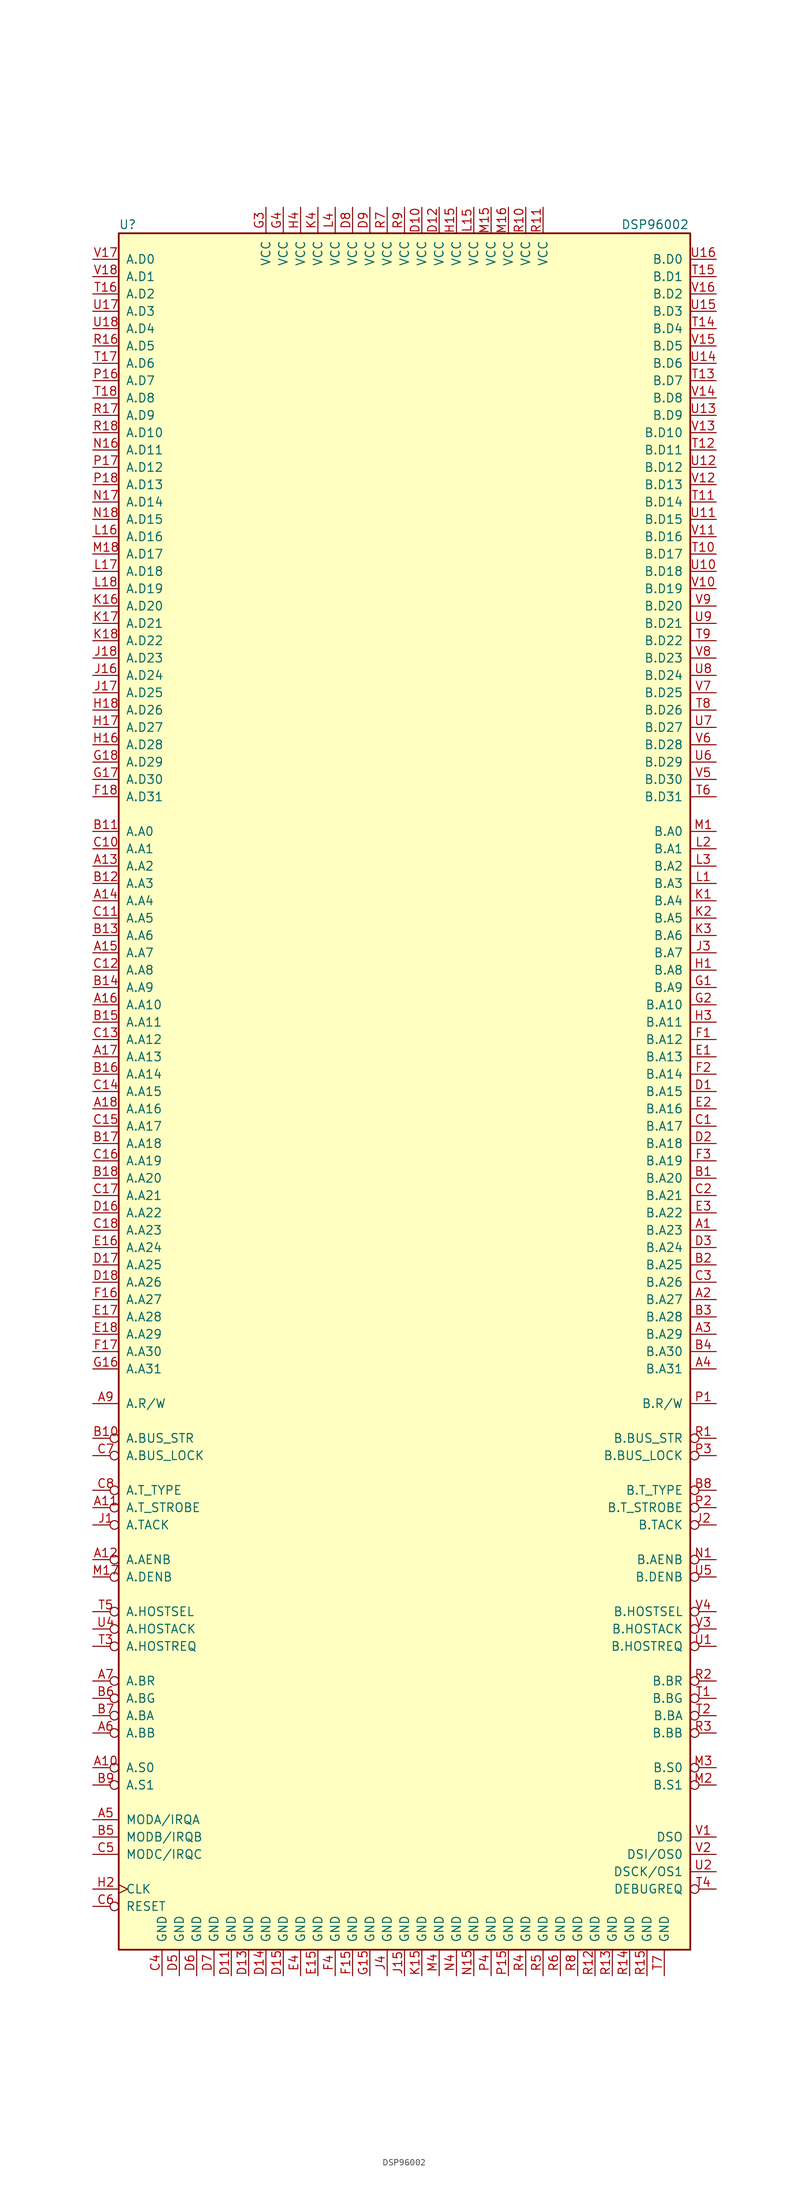
<source format=kicad_sym>
(kicad_symbol_lib
  (version 20220914)
  (generator kicad_symbol_editor)
  (symbol "DSP96002"
    (pin_names
      (offset 1.016))
    (property "Reference" "U"
      (at -41.91 127 0)
      (effects (font (size 1.27 1.27)) (justify left)))
    (property "Value" "DSP96002"
      (at 31.75 127 0)
      (effects (font (size 1.27 1.27)) (justify left)))
    (symbol "DSP96002_0_1"
      (rectangle (start -41.91 -125.73) (end 41.91 125.73) (stroke (width 0.254) (type default)) (fill (type background))))
    (symbol "DSP96002_1_1"
      (pin tri_state line (at 45.72 -20.32 180) (length 3.81) (name "B.A23" (effects (font (size 1.27 1.27)))) (number "A1" (effects (font (size 1.27 1.27)))))
      (pin tri_state inverted (at -45.72 -99.06 0) (length 3.81) (name "A.S0" (effects (font (size 1.27 1.27)))) (number "A10" (effects (font (size 1.27 1.27)))))
      (pin tri_state inverted (at -45.72 -60.96 0) (length 3.81) (name "A.T_STROBE" (effects (font (size 1.27 1.27)))) (number "A11" (effects (font (size 1.27 1.27)))))
      (pin input inverted (at -45.72 -68.58 0) (length 3.81) (name "A.AENB" (effects (font (size 1.27 1.27)))) (number "A12" (effects (font (size 1.27 1.27)))))
      (pin tri_state line (at -45.72 33.02 0) (length 3.81) (name "A.A2" (effects (font (size 1.27 1.27)))) (number "A13" (effects (font (size 1.27 1.27)))))
      (pin tri_state line (at -45.72 27.94 0) (length 3.81) (name "A.A4" (effects (font (size 1.27 1.27)))) (number "A14" (effects (font (size 1.27 1.27)))))
      (pin tri_state line (at -45.72 20.32 0) (length 3.81) (name "A.A7" (effects (font (size 1.27 1.27)))) (number "A15" (effects (font (size 1.27 1.27)))))
      (pin tri_state line (at -45.72 12.7 0) (length 3.81) (name "A.A10" (effects (font (size 1.27 1.27)))) (number "A16" (effects (font (size 1.27 1.27)))))
      (pin tri_state line (at -45.72 5.08 0) (length 3.81) (name "A.A13" (effects (font (size 1.27 1.27)))) (number "A17" (effects (font (size 1.27 1.27)))))
      (pin tri_state line (at -45.72 -2.54 0) (length 3.81) (name "A.A16" (effects (font (size 1.27 1.27)))) (number "A18" (effects (font (size 1.27 1.27)))))
      (pin tri_state line (at 45.72 -30.48 180) (length 3.81) (name "B.A27" (effects (font (size 1.27 1.27)))) (number "A2" (effects (font (size 1.27 1.27)))))
      (pin tri_state line (at 45.72 -35.56 180) (length 3.81) (name "B.A29" (effects (font (size 1.27 1.27)))) (number "A3" (effects (font (size 1.27 1.27)))))
      (pin tri_state line (at 45.72 -40.64 180) (length 3.81) (name "B.A31" (effects (font (size 1.27 1.27)))) (number "A4" (effects (font (size 1.27 1.27)))))
      (pin input line (at -45.72 -106.68 0) (length 3.81) (name "MODA/IRQA" (effects (font (size 1.27 1.27)))) (number "A5" (effects (font (size 1.27 1.27)))))
      (pin input inverted (at -45.72 -93.98 0) (length 3.81) (name "A.BB" (effects (font (size 1.27 1.27)))) (number "A6" (effects (font (size 1.27 1.27)))))
      (pin output inverted (at -45.72 -86.36 0) (length 3.81) (name "A.BR" (effects (font (size 1.27 1.27)))) (number "A7" (effects (font (size 1.27 1.27)))))
      (pin tri_state line (at -45.72 -45.72 0) (length 3.81) (name "A.R/W" (effects (font (size 1.27 1.27)))) (number "A9" (effects (font (size 1.27 1.27)))))
      (pin tri_state line (at 45.72 -12.7 180) (length 3.81) (name "B.A20" (effects (font (size 1.27 1.27)))) (number "B1" (effects (font (size 1.27 1.27)))))
      (pin output inverted (at -45.72 -50.8 0) (length 3.81) (name "A.BUS_STR" (effects (font (size 1.27 1.27)))) (number "B10" (effects (font (size 1.27 1.27)))))
      (pin tri_state line (at -45.72 38.1 0) (length 3.81) (name "A.A0" (effects (font (size 1.27 1.27)))) (number "B11" (effects (font (size 1.27 1.27)))))
      (pin tri_state line (at -45.72 30.48 0) (length 3.81) (name "A.A3" (effects (font (size 1.27 1.27)))) (number "B12" (effects (font (size 1.27 1.27)))))
      (pin tri_state line (at -45.72 22.86 0) (length 3.81) (name "A.A6" (effects (font (size 1.27 1.27)))) (number "B13" (effects (font (size 1.27 1.27)))))
      (pin tri_state line (at -45.72 15.24 0) (length 3.81) (name "A.A9" (effects (font (size 1.27 1.27)))) (number "B14" (effects (font (size 1.27 1.27)))))
      (pin tri_state line (at -45.72 10.16 0) (length 3.81) (name "A.A11" (effects (font (size 1.27 1.27)))) (number "B15" (effects (font (size 1.27 1.27)))))
      (pin tri_state line (at -45.72 2.54 0) (length 3.81) (name "A.A14" (effects (font (size 1.27 1.27)))) (number "B16" (effects (font (size 1.27 1.27)))))
      (pin tri_state line (at -45.72 -7.62 0) (length 3.81) (name "A.A18" (effects (font (size 1.27 1.27)))) (number "B17" (effects (font (size 1.27 1.27)))))
      (pin tri_state line (at -45.72 -12.7 0) (length 3.81) (name "A.A20" (effects (font (size 1.27 1.27)))) (number "B18" (effects (font (size 1.27 1.27)))))
      (pin tri_state line (at 45.72 -25.4 180) (length 3.81) (name "B.A25" (effects (font (size 1.27 1.27)))) (number "B2" (effects (font (size 1.27 1.27)))))
      (pin tri_state line (at 45.72 -33.02 180) (length 3.81) (name "B.A28" (effects (font (size 1.27 1.27)))) (number "B3" (effects (font (size 1.27 1.27)))))
      (pin tri_state line (at 45.72 -38.1 180) (length 3.81) (name "B.A30" (effects (font (size 1.27 1.27)))) (number "B4" (effects (font (size 1.27 1.27)))))
      (pin input line (at -45.72 -109.22 0) (length 3.81) (name "MODB/IRQB" (effects (font (size 1.27 1.27)))) (number "B5" (effects (font (size 1.27 1.27)))))
      (pin input inverted (at -45.72 -88.9 0) (length 3.81) (name "A.BG" (effects (font (size 1.27 1.27)))) (number "B6" (effects (font (size 1.27 1.27)))))
      (pin open_collector inverted (at -45.72 -91.44 0) (length 3.81) (name "A.BA" (effects (font (size 1.27 1.27)))) (number "B7" (effects (font (size 1.27 1.27)))))
      (pin output inverted (at 45.72 -58.42 180) (length 3.81) (name "B.T_TYPE" (effects (font (size 1.27 1.27)))) (number "B8" (effects (font (size 1.27 1.27)))))
      (pin tri_state inverted (at -45.72 -101.6 0) (length 3.81) (name "A.S1" (effects (font (size 1.27 1.27)))) (number "B9" (effects (font (size 1.27 1.27)))))
      (pin tri_state line (at 45.72 -5.08 180) (length 3.81) (name "B.A17" (effects (font (size 1.27 1.27)))) (number "C1" (effects (font (size 1.27 1.27)))))
      (pin tri_state line (at -45.72 35.56 0) (length 3.81) (name "A.A1" (effects (font (size 1.27 1.27)))) (number "C10" (effects (font (size 1.27 1.27)))))
      (pin tri_state line (at -45.72 25.4 0) (length 3.81) (name "A.A5" (effects (font (size 1.27 1.27)))) (number "C11" (effects (font (size 1.27 1.27)))))
      (pin tri_state line (at -45.72 17.78 0) (length 3.81) (name "A.A8" (effects (font (size 1.27 1.27)))) (number "C12" (effects (font (size 1.27 1.27)))))
      (pin tri_state line (at -45.72 7.62 0) (length 3.81) (name "A.A12" (effects (font (size 1.27 1.27)))) (number "C13" (effects (font (size 1.27 1.27)))))
      (pin tri_state line (at -45.72 0 0) (length 3.81) (name "A.A15" (effects (font (size 1.27 1.27)))) (number "C14" (effects (font (size 1.27 1.27)))))
      (pin tri_state line (at -45.72 -5.08 0) (length 3.81) (name "A.A17" (effects (font (size 1.27 1.27)))) (number "C15" (effects (font (size 1.27 1.27)))))
      (pin tri_state line (at -45.72 -10.16 0) (length 3.81) (name "A.A19" (effects (font (size 1.27 1.27)))) (number "C16" (effects (font (size 1.27 1.27)))))
      (pin tri_state line (at -45.72 -15.24 0) (length 3.81) (name "A.A21" (effects (font (size 1.27 1.27)))) (number "C17" (effects (font (size 1.27 1.27)))))
      (pin tri_state line (at -45.72 -20.32 0) (length 3.81) (name "A.A23" (effects (font (size 1.27 1.27)))) (number "C18" (effects (font (size 1.27 1.27)))))
      (pin tri_state line (at 45.72 -15.24 180) (length 3.81) (name "B.A21" (effects (font (size 1.27 1.27)))) (number "C2" (effects (font (size 1.27 1.27)))))
      (pin tri_state line (at 45.72 -27.94 180) (length 3.81) (name "B.A26" (effects (font (size 1.27 1.27)))) (number "C3" (effects (font (size 1.27 1.27)))))
      (pin power_in line (at -35.56 -129.54 90) (length 3.81) (name "GND" (effects (font (size 1.27 1.27)))) (number "C4" (effects (font (size 1.27 1.27)))))
      (pin input line (at -45.72 -111.76 0) (length 3.81) (name "MODC/IRQC" (effects (font (size 1.27 1.27)))) (number "C5" (effects (font (size 1.27 1.27)))))
      (pin input inverted (at -45.72 -119.38 0) (length 3.81) (name "RESET" (effects (font (size 1.27 1.27)))) (number "C6" (effects (font (size 1.27 1.27)))))
      (pin output inverted (at -45.72 -53.34 0) (length 3.81) (name "A.BUS_LOCK" (effects (font (size 1.27 1.27)))) (number "C7" (effects (font (size 1.27 1.27)))))
      (pin output inverted (at -45.72 -58.42 0) (length 3.81) (name "A.T_TYPE" (effects (font (size 1.27 1.27)))) (number "C8" (effects (font (size 1.27 1.27)))))
      (pin tri_state line (at 45.72 0 180) (length 3.81) (name "B.A15" (effects (font (size 1.27 1.27)))) (number "D1" (effects (font (size 1.27 1.27)))))
      (pin power_in line (at 2.54 129.54 270) (length 3.81) (name "VCC" (effects (font (size 1.27 1.27)))) (number "D10" (effects (font (size 1.27 1.27)))))
      (pin power_in line (at -25.4 -129.54 90) (length 3.81) (name "GND" (effects (font (size 1.27 1.27)))) (number "D11" (effects (font (size 1.27 1.27)))))
      (pin power_in line (at 5.08 129.54 270) (length 3.81) (name "VCC" (effects (font (size 1.27 1.27)))) (number "D12" (effects (font (size 1.27 1.27)))))
      (pin power_in line (at -22.86 -129.54 90) (length 3.81) (name "GND" (effects (font (size 1.27 1.27)))) (number "D13" (effects (font (size 1.27 1.27)))))
      (pin power_in line (at -20.32 -129.54 90) (length 3.81) (name "GND" (effects (font (size 1.27 1.27)))) (number "D14" (effects (font (size 1.27 1.27)))))
      (pin power_in line (at -17.78 -129.54 90) (length 3.81) (name "GND" (effects (font (size 1.27 1.27)))) (number "D15" (effects (font (size 1.27 1.27)))))
      (pin tri_state line (at -45.72 -17.78 0) (length 3.81) (name "A.A22" (effects (font (size 1.27 1.27)))) (number "D16" (effects (font (size 1.27 1.27)))))
      (pin tri_state line (at -45.72 -25.4 0) (length 3.81) (name "A.A25" (effects (font (size 1.27 1.27)))) (number "D17" (effects (font (size 1.27 1.27)))))
      (pin tri_state line (at -45.72 -27.94 0) (length 3.81) (name "A.A26" (effects (font (size 1.27 1.27)))) (number "D18" (effects (font (size 1.27 1.27)))))
      (pin tri_state line (at 45.72 -7.62 180) (length 3.81) (name "B.A18" (effects (font (size 1.27 1.27)))) (number "D2" (effects (font (size 1.27 1.27)))))
      (pin tri_state line (at 45.72 -22.86 180) (length 3.81) (name "B.A24" (effects (font (size 1.27 1.27)))) (number "D3" (effects (font (size 1.27 1.27)))))
      (pin power_in line (at -33.02 -129.54 90) (length 3.81) (name "GND" (effects (font (size 1.27 1.27)))) (number "D5" (effects (font (size 1.27 1.27)))))
      (pin power_in line (at -30.48 -129.54 90) (length 3.81) (name "GND" (effects (font (size 1.27 1.27)))) (number "D6" (effects (font (size 1.27 1.27)))))
      (pin power_in line (at -27.94 -129.54 90) (length 3.81) (name "GND" (effects (font (size 1.27 1.27)))) (number "D7" (effects (font (size 1.27 1.27)))))
      (pin power_in line (at -7.62 129.54 270) (length 3.81) (name "VCC" (effects (font (size 1.27 1.27)))) (number "D8" (effects (font (size 1.27 1.27)))))
      (pin power_in line (at -5.08 129.54 270) (length 3.81) (name "VCC" (effects (font (size 1.27 1.27)))) (number "D9" (effects (font (size 1.27 1.27)))))
      (pin tri_state line (at 45.72 5.08 180) (length 3.81) (name "B.A13" (effects (font (size 1.27 1.27)))) (number "E1" (effects (font (size 1.27 1.27)))))
      (pin power_in line (at -12.7 -129.54 90) (length 3.81) (name "GND" (effects (font (size 1.27 1.27)))) (number "E15" (effects (font (size 1.27 1.27)))))
      (pin tri_state line (at -45.72 -22.86 0) (length 3.81) (name "A.A24" (effects (font (size 1.27 1.27)))) (number "E16" (effects (font (size 1.27 1.27)))))
      (pin tri_state line (at -45.72 -33.02 0) (length 3.81) (name "A.A28" (effects (font (size 1.27 1.27)))) (number "E17" (effects (font (size 1.27 1.27)))))
      (pin tri_state line (at -45.72 -35.56 0) (length 3.81) (name "A.A29" (effects (font (size 1.27 1.27)))) (number "E18" (effects (font (size 1.27 1.27)))))
      (pin tri_state line (at 45.72 -2.54 180) (length 3.81) (name "B.A16" (effects (font (size 1.27 1.27)))) (number "E2" (effects (font (size 1.27 1.27)))))
      (pin tri_state line (at 45.72 -17.78 180) (length 3.81) (name "B.A22" (effects (font (size 1.27 1.27)))) (number "E3" (effects (font (size 1.27 1.27)))))
      (pin power_in line (at -15.24 -129.54 90) (length 3.81) (name "GND" (effects (font (size 1.27 1.27)))) (number "E4" (effects (font (size 1.27 1.27)))))
      (pin tri_state line (at 45.72 7.62 180) (length 3.81) (name "B.A12" (effects (font (size 1.27 1.27)))) (number "F1" (effects (font (size 1.27 1.27)))))
      (pin power_in line (at -7.62 -129.54 90) (length 3.81) (name "GND" (effects (font (size 1.27 1.27)))) (number "F15" (effects (font (size 1.27 1.27)))))
      (pin tri_state line (at -45.72 -30.48 0) (length 3.81) (name "A.A27" (effects (font (size 1.27 1.27)))) (number "F16" (effects (font (size 1.27 1.27)))))
      (pin tri_state line (at -45.72 -38.1 0) (length 3.81) (name "A.A30" (effects (font (size 1.27 1.27)))) (number "F17" (effects (font (size 1.27 1.27)))))
      (pin tri_state line (at -45.72 43.18 0) (length 3.81) (name "A.D31" (effects (font (size 1.27 1.27)))) (number "F18" (effects (font (size 1.27 1.27)))))
      (pin tri_state line (at 45.72 2.54 180) (length 3.81) (name "B.A14" (effects (font (size 1.27 1.27)))) (number "F2" (effects (font (size 1.27 1.27)))))
      (pin tri_state line (at 45.72 -10.16 180) (length 3.81) (name "B.A19" (effects (font (size 1.27 1.27)))) (number "F3" (effects (font (size 1.27 1.27)))))
      (pin power_in line (at -10.16 -129.54 90) (length 3.81) (name "GND" (effects (font (size 1.27 1.27)))) (number "F4" (effects (font (size 1.27 1.27)))))
      (pin tri_state line (at 45.72 15.24 180) (length 3.81) (name "B.A9" (effects (font (size 1.27 1.27)))) (number "G1" (effects (font (size 1.27 1.27)))))
      (pin power_in line (at -5.08 -129.54 90) (length 3.81) (name "GND" (effects (font (size 1.27 1.27)))) (number "G15" (effects (font (size 1.27 1.27)))))
      (pin tri_state line (at -45.72 -40.64 0) (length 3.81) (name "A.A31" (effects (font (size 1.27 1.27)))) (number "G16" (effects (font (size 1.27 1.27)))))
      (pin tri_state line (at -45.72 45.72 0) (length 3.81) (name "A.D30" (effects (font (size 1.27 1.27)))) (number "G17" (effects (font (size 1.27 1.27)))))
      (pin tri_state line (at -45.72 48.26 0) (length 3.81) (name "A.D29" (effects (font (size 1.27 1.27)))) (number "G18" (effects (font (size 1.27 1.27)))))
      (pin tri_state line (at 45.72 12.7 180) (length 3.81) (name "B.A10" (effects (font (size 1.27 1.27)))) (number "G2" (effects (font (size 1.27 1.27)))))
      (pin power_in line (at -20.32 129.54 270) (length 3.81) (name "VCC" (effects (font (size 1.27 1.27)))) (number "G3" (effects (font (size 1.27 1.27)))))
      (pin power_in line (at -17.78 129.54 270) (length 3.81) (name "VCC" (effects (font (size 1.27 1.27)))) (number "G4" (effects (font (size 1.27 1.27)))))
      (pin tri_state line (at 45.72 17.78 180) (length 3.81) (name "B.A8" (effects (font (size 1.27 1.27)))) (number "H1" (effects (font (size 1.27 1.27)))))
      (pin power_in line (at 7.62 129.54 270) (length 3.81) (name "VCC" (effects (font (size 1.27 1.27)))) (number "H15" (effects (font (size 1.27 1.27)))))
      (pin tri_state line (at -45.72 50.8 0) (length 3.81) (name "A.D28" (effects (font (size 1.27 1.27)))) (number "H16" (effects (font (size 1.27 1.27)))))
      (pin tri_state line (at -45.72 53.34 0) (length 3.81) (name "A.D27" (effects (font (size 1.27 1.27)))) (number "H17" (effects (font (size 1.27 1.27)))))
      (pin tri_state line (at -45.72 55.88 0) (length 3.81) (name "A.D26" (effects (font (size 1.27 1.27)))) (number "H18" (effects (font (size 1.27 1.27)))))
      (pin input clock (at -45.72 -116.84 0) (length 3.81) (name "CLK" (effects (font (size 1.27 1.27)))) (number "H2" (effects (font (size 1.27 1.27)))))
      (pin tri_state line (at 45.72 10.16 180) (length 3.81) (name "B.A11" (effects (font (size 1.27 1.27)))) (number "H3" (effects (font (size 1.27 1.27)))))
      (pin power_in line (at -15.24 129.54 270) (length 3.81) (name "VCC" (effects (font (size 1.27 1.27)))) (number "H4" (effects (font (size 1.27 1.27)))))
      (pin input inverted (at -45.72 -63.5 0) (length 3.81) (name "A.TACK" (effects (font (size 1.27 1.27)))) (number "J1" (effects (font (size 1.27 1.27)))))
      (pin power_in line (at 0 -129.54 90) (length 3.81) (name "GND" (effects (font (size 1.27 1.27)))) (number "J15" (effects (font (size 1.27 1.27)))))
      (pin tri_state line (at -45.72 60.96 0) (length 3.81) (name "A.D24" (effects (font (size 1.27 1.27)))) (number "J16" (effects (font (size 1.27 1.27)))))
      (pin tri_state line (at -45.72 58.42 0) (length 3.81) (name "A.D25" (effects (font (size 1.27 1.27)))) (number "J17" (effects (font (size 1.27 1.27)))))
      (pin tri_state line (at -45.72 63.5 0) (length 3.81) (name "A.D23" (effects (font (size 1.27 1.27)))) (number "J18" (effects (font (size 1.27 1.27)))))
      (pin input inverted (at 45.72 -63.5 180) (length 3.81) (name "B.TACK" (effects (font (size 1.27 1.27)))) (number "J2" (effects (font (size 1.27 1.27)))))
      (pin tri_state line (at 45.72 20.32 180) (length 3.81) (name "B.A7" (effects (font (size 1.27 1.27)))) (number "J3" (effects (font (size 1.27 1.27)))))
      (pin power_in line (at -2.54 -129.54 90) (length 3.81) (name "GND" (effects (font (size 1.27 1.27)))) (number "J4" (effects (font (size 1.27 1.27)))))
      (pin tri_state line (at 45.72 27.94 180) (length 3.81) (name "B.A4" (effects (font (size 1.27 1.27)))) (number "K1" (effects (font (size 1.27 1.27)))))
      (pin power_in line (at 2.54 -129.54 90) (length 3.81) (name "GND" (effects (font (size 1.27 1.27)))) (number "K15" (effects (font (size 1.27 1.27)))))
      (pin tri_state line (at -45.72 71.12 0) (length 3.81) (name "A.D20" (effects (font (size 1.27 1.27)))) (number "K16" (effects (font (size 1.27 1.27)))))
      (pin tri_state line (at -45.72 68.58 0) (length 3.81) (name "A.D21" (effects (font (size 1.27 1.27)))) (number "K17" (effects (font (size 1.27 1.27)))))
      (pin tri_state line (at -45.72 66.04 0) (length 3.81) (name "A.D22" (effects (font (size 1.27 1.27)))) (number "K18" (effects (font (size 1.27 1.27)))))
      (pin tri_state line (at 45.72 25.4 180) (length 3.81) (name "B.A5" (effects (font (size 1.27 1.27)))) (number "K2" (effects (font (size 1.27 1.27)))))
      (pin tri_state line (at 45.72 22.86 180) (length 3.81) (name "B.A6" (effects (font (size 1.27 1.27)))) (number "K3" (effects (font (size 1.27 1.27)))))
      (pin power_in line (at -12.7 129.54 270) (length 3.81) (name "VCC" (effects (font (size 1.27 1.27)))) (number "K4" (effects (font (size 1.27 1.27)))))
      (pin tri_state line (at 45.72 30.48 180) (length 3.81) (name "B.A3" (effects (font (size 1.27 1.27)))) (number "L1" (effects (font (size 1.27 1.27)))))
      (pin power_in line (at 10.16 129.54 270) (length 3.81) (name "VCC" (effects (font (size 1.27 1.27)))) (number "L15" (effects (font (size 1.27 1.27)))))
      (pin tri_state line (at -45.72 81.28 0) (length 3.81) (name "A.D16" (effects (font (size 1.27 1.27)))) (number "L16" (effects (font (size 1.27 1.27)))))
      (pin tri_state line (at -45.72 76.2 0) (length 3.81) (name "A.D18" (effects (font (size 1.27 1.27)))) (number "L17" (effects (font (size 1.27 1.27)))))
      (pin tri_state line (at -45.72 73.66 0) (length 3.81) (name "A.D19" (effects (font (size 1.27 1.27)))) (number "L18" (effects (font (size 1.27 1.27)))))
      (pin tri_state line (at 45.72 35.56 180) (length 3.81) (name "B.A1" (effects (font (size 1.27 1.27)))) (number "L2" (effects (font (size 1.27 1.27)))))
      (pin tri_state line (at 45.72 33.02 180) (length 3.81) (name "B.A2" (effects (font (size 1.27 1.27)))) (number "L3" (effects (font (size 1.27 1.27)))))
      (pin power_in line (at -10.16 129.54 270) (length 3.81) (name "VCC" (effects (font (size 1.27 1.27)))) (number "L4" (effects (font (size 1.27 1.27)))))
      (pin tri_state line (at 45.72 38.1 180) (length 3.81) (name "B.A0" (effects (font (size 1.27 1.27)))) (number "M1" (effects (font (size 1.27 1.27)))))
      (pin power_in line (at 12.7 129.54 270) (length 3.81) (name "VCC" (effects (font (size 1.27 1.27)))) (number "M15" (effects (font (size 1.27 1.27)))))
      (pin power_in line (at 15.24 129.54 270) (length 3.81) (name "VCC" (effects (font (size 1.27 1.27)))) (number "M16" (effects (font (size 1.27 1.27)))))
      (pin input inverted (at -45.72 -71.12 0) (length 3.81) (name "A.DENB" (effects (font (size 1.27 1.27)))) (number "M17" (effects (font (size 1.27 1.27)))))
      (pin tri_state line (at -45.72 78.74 0) (length 3.81) (name "A.D17" (effects (font (size 1.27 1.27)))) (number "M18" (effects (font (size 1.27 1.27)))))
      (pin tri_state inverted (at 45.72 -101.6 180) (length 3.81) (name "B.S1" (effects (font (size 1.27 1.27)))) (number "M2" (effects (font (size 1.27 1.27)))))
      (pin tri_state inverted (at 45.72 -99.06 180) (length 3.81) (name "B.S0" (effects (font (size 1.27 1.27)))) (number "M3" (effects (font (size 1.27 1.27)))))
      (pin power_in line (at 5.08 -129.54 90) (length 3.81) (name "GND" (effects (font (size 1.27 1.27)))) (number "M4" (effects (font (size 1.27 1.27)))))
      (pin input inverted (at 45.72 -68.58 180) (length 3.81) (name "B.AENB" (effects (font (size 1.27 1.27)))) (number "N1" (effects (font (size 1.27 1.27)))))
      (pin power_in line (at 10.16 -129.54 90) (length 3.81) (name "GND" (effects (font (size 1.27 1.27)))) (number "N15" (effects (font (size 1.27 1.27)))))
      (pin tri_state line (at -45.72 93.98 0) (length 3.81) (name "A.D11" (effects (font (size 1.27 1.27)))) (number "N16" (effects (font (size 1.27 1.27)))))
      (pin tri_state line (at -45.72 86.36 0) (length 3.81) (name "A.D14" (effects (font (size 1.27 1.27)))) (number "N17" (effects (font (size 1.27 1.27)))))
      (pin tri_state line (at -45.72 83.82 0) (length 3.81) (name "A.D15" (effects (font (size 1.27 1.27)))) (number "N18" (effects (font (size 1.27 1.27)))))
      (pin power_in line (at 7.62 -129.54 90) (length 3.81) (name "GND" (effects (font (size 1.27 1.27)))) (number "N4" (effects (font (size 1.27 1.27)))))
      (pin tri_state line (at 45.72 -45.72 180) (length 3.81) (name "B.R/W" (effects (font (size 1.27 1.27)))) (number "P1" (effects (font (size 1.27 1.27)))))
      (pin power_in line (at 15.24 -129.54 90) (length 3.81) (name "GND" (effects (font (size 1.27 1.27)))) (number "P15" (effects (font (size 1.27 1.27)))))
      (pin tri_state line (at -45.72 104.14 0) (length 3.81) (name "A.D7" (effects (font (size 1.27 1.27)))) (number "P16" (effects (font (size 1.27 1.27)))))
      (pin tri_state line (at -45.72 91.44 0) (length 3.81) (name "A.D12" (effects (font (size 1.27 1.27)))) (number "P17" (effects (font (size 1.27 1.27)))))
      (pin tri_state line (at -45.72 88.9 0) (length 3.81) (name "A.D13" (effects (font (size 1.27 1.27)))) (number "P18" (effects (font (size 1.27 1.27)))))
      (pin tri_state inverted (at 45.72 -60.96 180) (length 3.81) (name "B.T_STROBE" (effects (font (size 1.27 1.27)))) (number "P2" (effects (font (size 1.27 1.27)))))
      (pin output inverted (at 45.72 -53.34 180) (length 3.81) (name "B.BUS_LOCK" (effects (font (size 1.27 1.27)))) (number "P3" (effects (font (size 1.27 1.27)))))
      (pin power_in line (at 12.7 -129.54 90) (length 3.81) (name "GND" (effects (font (size 1.27 1.27)))) (number "P4" (effects (font (size 1.27 1.27)))))
      (pin output inverted (at 45.72 -50.8 180) (length 3.81) (name "B.BUS_STR" (effects (font (size 1.27 1.27)))) (number "R1" (effects (font (size 1.27 1.27)))))
      (pin power_in line (at 17.78 129.54 270) (length 3.81) (name "VCC" (effects (font (size 1.27 1.27)))) (number "R10" (effects (font (size 1.27 1.27)))))
      (pin power_in line (at 20.32 129.54 270) (length 3.81) (name "VCC" (effects (font (size 1.27 1.27)))) (number "R11" (effects (font (size 1.27 1.27)))))
      (pin power_in line (at 27.94 -129.54 90) (length 3.81) (name "GND" (effects (font (size 1.27 1.27)))) (number "R12" (effects (font (size 1.27 1.27)))))
      (pin power_in line (at 30.48 -129.54 90) (length 3.81) (name "GND" (effects (font (size 1.27 1.27)))) (number "R13" (effects (font (size 1.27 1.27)))))
      (pin power_in line (at 33.02 -129.54 90) (length 3.81) (name "GND" (effects (font (size 1.27 1.27)))) (number "R14" (effects (font (size 1.27 1.27)))))
      (pin power_in line (at 35.56 -129.54 90) (length 3.81) (name "GND" (effects (font (size 1.27 1.27)))) (number "R15" (effects (font (size 1.27 1.27)))))
      (pin tri_state line (at -45.72 109.22 0) (length 3.81) (name "A.D5" (effects (font (size 1.27 1.27)))) (number "R16" (effects (font (size 1.27 1.27)))))
      (pin tri_state line (at -45.72 99.06 0) (length 3.81) (name "A.D9" (effects (font (size 1.27 1.27)))) (number "R17" (effects (font (size 1.27 1.27)))))
      (pin tri_state line (at -45.72 96.52 0) (length 3.81) (name "A.D10" (effects (font (size 1.27 1.27)))) (number "R18" (effects (font (size 1.27 1.27)))))
      (pin output inverted (at 45.72 -86.36 180) (length 3.81) (name "B.BR" (effects (font (size 1.27 1.27)))) (number "R2" (effects (font (size 1.27 1.27)))))
      (pin input inverted (at 45.72 -93.98 180) (length 3.81) (name "B.BB" (effects (font (size 1.27 1.27)))) (number "R3" (effects (font (size 1.27 1.27)))))
      (pin power_in line (at 17.78 -129.54 90) (length 3.81) (name "GND" (effects (font (size 1.27 1.27)))) (number "R4" (effects (font (size 1.27 1.27)))))
      (pin power_in line (at 20.32 -129.54 90) (length 3.81) (name "GND" (effects (font (size 1.27 1.27)))) (number "R5" (effects (font (size 1.27 1.27)))))
      (pin power_in line (at 22.86 -129.54 90) (length 3.81) (name "GND" (effects (font (size 1.27 1.27)))) (number "R6" (effects (font (size 1.27 1.27)))))
      (pin power_in line (at -2.54 129.54 270) (length 3.81) (name "VCC" (effects (font (size 1.27 1.27)))) (number "R7" (effects (font (size 1.27 1.27)))))
      (pin power_in line (at 25.4 -129.54 90) (length 3.81) (name "GND" (effects (font (size 1.27 1.27)))) (number "R8" (effects (font (size 1.27 1.27)))))
      (pin power_in line (at 0 129.54 270) (length 3.81) (name "VCC" (effects (font (size 1.27 1.27)))) (number "R9" (effects (font (size 1.27 1.27)))))
      (pin input inverted (at 45.72 -88.9 180) (length 3.81) (name "B.BG" (effects (font (size 1.27 1.27)))) (number "T1" (effects (font (size 1.27 1.27)))))
      (pin tri_state line (at 45.72 78.74 180) (length 3.81) (name "B.D17" (effects (font (size 1.27 1.27)))) (number "T10" (effects (font (size 1.27 1.27)))))
      (pin tri_state line (at 45.72 86.36 180) (length 3.81) (name "B.D14" (effects (font (size 1.27 1.27)))) (number "T11" (effects (font (size 1.27 1.27)))))
      (pin tri_state line (at 45.72 93.98 180) (length 3.81) (name "B.D11" (effects (font (size 1.27 1.27)))) (number "T12" (effects (font (size 1.27 1.27)))))
      (pin tri_state line (at 45.72 104.14 180) (length 3.81) (name "B.D7" (effects (font (size 1.27 1.27)))) (number "T13" (effects (font (size 1.27 1.27)))))
      (pin tri_state line (at 45.72 111.76 180) (length 3.81) (name "B.D4" (effects (font (size 1.27 1.27)))) (number "T14" (effects (font (size 1.27 1.27)))))
      (pin tri_state line (at 45.72 119.38 180) (length 3.81) (name "B.D1" (effects (font (size 1.27 1.27)))) (number "T15" (effects (font (size 1.27 1.27)))))
      (pin tri_state line (at -45.72 116.84 0) (length 3.81) (name "A.D2" (effects (font (size 1.27 1.27)))) (number "T16" (effects (font (size 1.27 1.27)))))
      (pin tri_state line (at -45.72 106.68 0) (length 3.81) (name "A.D6" (effects (font (size 1.27 1.27)))) (number "T17" (effects (font (size 1.27 1.27)))))
      (pin tri_state line (at -45.72 101.6 0) (length 3.81) (name "A.D8" (effects (font (size 1.27 1.27)))) (number "T18" (effects (font (size 1.27 1.27)))))
      (pin open_collector inverted (at 45.72 -91.44 180) (length 3.81) (name "B.BA" (effects (font (size 1.27 1.27)))) (number "T2" (effects (font (size 1.27 1.27)))))
      (pin output inverted (at -45.72 -81.28 0) (length 3.81) (name "A.HOSTREQ" (effects (font (size 1.27 1.27)))) (number "T3" (effects (font (size 1.27 1.27)))))
      (pin input inverted (at 45.72 -116.84 180) (length 3.81) (name "DEBUGREQ" (effects (font (size 1.27 1.27)))) (number "T4" (effects (font (size 1.27 1.27)))))
      (pin input inverted (at -45.72 -76.2 0) (length 3.81) (name "A.HOSTSEL" (effects (font (size 1.27 1.27)))) (number "T5" (effects (font (size 1.27 1.27)))))
      (pin tri_state line (at 45.72 43.18 180) (length 3.81) (name "B.D31" (effects (font (size 1.27 1.27)))) (number "T6" (effects (font (size 1.27 1.27)))))
      (pin power_in line (at 38.1 -129.54 90) (length 3.81) (name "GND" (effects (font (size 1.27 1.27)))) (number "T7" (effects (font (size 1.27 1.27)))))
      (pin tri_state line (at 45.72 55.88 180) (length 3.81) (name "B.D26" (effects (font (size 1.27 1.27)))) (number "T8" (effects (font (size 1.27 1.27)))))
      (pin tri_state line (at 45.72 66.04 180) (length 3.81) (name "B.D22" (effects (font (size 1.27 1.27)))) (number "T9" (effects (font (size 1.27 1.27)))))
      (pin output inverted (at 45.72 -81.28 180) (length 3.81) (name "B.HOSTREQ" (effects (font (size 1.27 1.27)))) (number "U1" (effects (font (size 1.27 1.27)))))
      (pin tri_state line (at 45.72 76.2 180) (length 3.81) (name "B.D18" (effects (font (size 1.27 1.27)))) (number "U10" (effects (font (size 1.27 1.27)))))
      (pin tri_state line (at 45.72 83.82 180) (length 3.81) (name "B.D15" (effects (font (size 1.27 1.27)))) (number "U11" (effects (font (size 1.27 1.27)))))
      (pin tri_state line (at 45.72 91.44 180) (length 3.81) (name "B.D12" (effects (font (size 1.27 1.27)))) (number "U12" (effects (font (size 1.27 1.27)))))
      (pin tri_state line (at 45.72 99.06 180) (length 3.81) (name "B.D9" (effects (font (size 1.27 1.27)))) (number "U13" (effects (font (size 1.27 1.27)))))
      (pin tri_state line (at 45.72 106.68 180) (length 3.81) (name "B.D6" (effects (font (size 1.27 1.27)))) (number "U14" (effects (font (size 1.27 1.27)))))
      (pin tri_state line (at 45.72 114.3 180) (length 3.81) (name "B.D3" (effects (font (size 1.27 1.27)))) (number "U15" (effects (font (size 1.27 1.27)))))
      (pin tri_state line (at 45.72 121.92 180) (length 3.81) (name "B.D0" (effects (font (size 1.27 1.27)))) (number "U16" (effects (font (size 1.27 1.27)))))
      (pin tri_state line (at -45.72 114.3 0) (length 3.81) (name "A.D3" (effects (font (size 1.27 1.27)))) (number "U17" (effects (font (size 1.27 1.27)))))
      (pin tri_state line (at -45.72 111.76 0) (length 3.81) (name "A.D4" (effects (font (size 1.27 1.27)))) (number "U18" (effects (font (size 1.27 1.27)))))
      (pin bidirectional line (at 45.72 -114.3 180) (length 3.81) (name "DSCK/OS1" (effects (font (size 1.27 1.27)))) (number "U2" (effects (font (size 1.27 1.27)))))
      (pin input inverted (at -45.72 -78.74 0) (length 3.81) (name "A.HOSTACK" (effects (font (size 1.27 1.27)))) (number "U4" (effects (font (size 1.27 1.27)))))
      (pin input inverted (at 45.72 -71.12 180) (length 3.81) (name "B.DENB" (effects (font (size 1.27 1.27)))) (number "U5" (effects (font (size 1.27 1.27)))))
      (pin tri_state line (at 45.72 48.26 180) (length 3.81) (name "B.D29" (effects (font (size 1.27 1.27)))) (number "U6" (effects (font (size 1.27 1.27)))))
      (pin tri_state line (at 45.72 53.34 180) (length 3.81) (name "B.D27" (effects (font (size 1.27 1.27)))) (number "U7" (effects (font (size 1.27 1.27)))))
      (pin tri_state line (at 45.72 60.96 180) (length 3.81) (name "B.D24" (effects (font (size 1.27 1.27)))) (number "U8" (effects (font (size 1.27 1.27)))))
      (pin tri_state line (at 45.72 68.58 180) (length 3.81) (name "B.D21" (effects (font (size 1.27 1.27)))) (number "U9" (effects (font (size 1.27 1.27)))))
      (pin output line (at 45.72 -109.22 180) (length 3.81) (name "DSO" (effects (font (size 1.27 1.27)))) (number "V1" (effects (font (size 1.27 1.27)))))
      (pin tri_state line (at 45.72 73.66 180) (length 3.81) (name "B.D19" (effects (font (size 1.27 1.27)))) (number "V10" (effects (font (size 1.27 1.27)))))
      (pin tri_state line (at 45.72 81.28 180) (length 3.81) (name "B.D16" (effects (font (size 1.27 1.27)))) (number "V11" (effects (font (size 1.27 1.27)))))
      (pin tri_state line (at 45.72 88.9 180) (length 3.81) (name "B.D13" (effects (font (size 1.27 1.27)))) (number "V12" (effects (font (size 1.27 1.27)))))
      (pin tri_state line (at 45.72 96.52 180) (length 3.81) (name "B.D10" (effects (font (size 1.27 1.27)))) (number "V13" (effects (font (size 1.27 1.27)))))
      (pin tri_state line (at 45.72 101.6 180) (length 3.81) (name "B.D8" (effects (font (size 1.27 1.27)))) (number "V14" (effects (font (size 1.27 1.27)))))
      (pin tri_state line (at 45.72 109.22 180) (length 3.81) (name "B.D5" (effects (font (size 1.27 1.27)))) (number "V15" (effects (font (size 1.27 1.27)))))
      (pin tri_state line (at 45.72 116.84 180) (length 3.81) (name "B.D2" (effects (font (size 1.27 1.27)))) (number "V16" (effects (font (size 1.27 1.27)))))
      (pin tri_state line (at -45.72 121.92 0) (length 3.81) (name "A.D0" (effects (font (size 1.27 1.27)))) (number "V17" (effects (font (size 1.27 1.27)))))
      (pin tri_state line (at -45.72 119.38 0) (length 3.81) (name "A.D1" (effects (font (size 1.27 1.27)))) (number "V18" (effects (font (size 1.27 1.27)))))
      (pin bidirectional line (at 45.72 -111.76 180) (length 3.81) (name "DSI/OS0" (effects (font (size 1.27 1.27)))) (number "V2" (effects (font (size 1.27 1.27)))))
      (pin input inverted (at 45.72 -78.74 180) (length 3.81) (name "B.HOSTACK" (effects (font (size 1.27 1.27)))) (number "V3" (effects (font (size 1.27 1.27)))))
      (pin input inverted (at 45.72 -76.2 180) (length 3.81) (name "B.HOSTSEL" (effects (font (size 1.27 1.27)))) (number "V4" (effects (font (size 1.27 1.27)))))
      (pin tri_state line (at 45.72 45.72 180) (length 3.81) (name "B.D30" (effects (font (size 1.27 1.27)))) (number "V5" (effects (font (size 1.27 1.27)))))
      (pin tri_state line (at 45.72 50.8 180) (length 3.81) (name "B.D28" (effects (font (size 1.27 1.27)))) (number "V6" (effects (font (size 1.27 1.27)))))
      (pin tri_state line (at 45.72 58.42 180) (length 3.81) (name "B.D25" (effects (font (size 1.27 1.27)))) (number "V7" (effects (font (size 1.27 1.27)))))
      (pin tri_state line (at 45.72 63.5 180) (length 3.81) (name "B.D23" (effects (font (size 1.27 1.27)))) (number "V8" (effects (font (size 1.27 1.27)))))
      (pin tri_state line (at 45.72 71.12 180) (length 3.81) (name "B.D20" (effects (font (size 1.27 1.27)))) (number "V9" (effects (font (size 1.27 1.27))))))))
</source>
